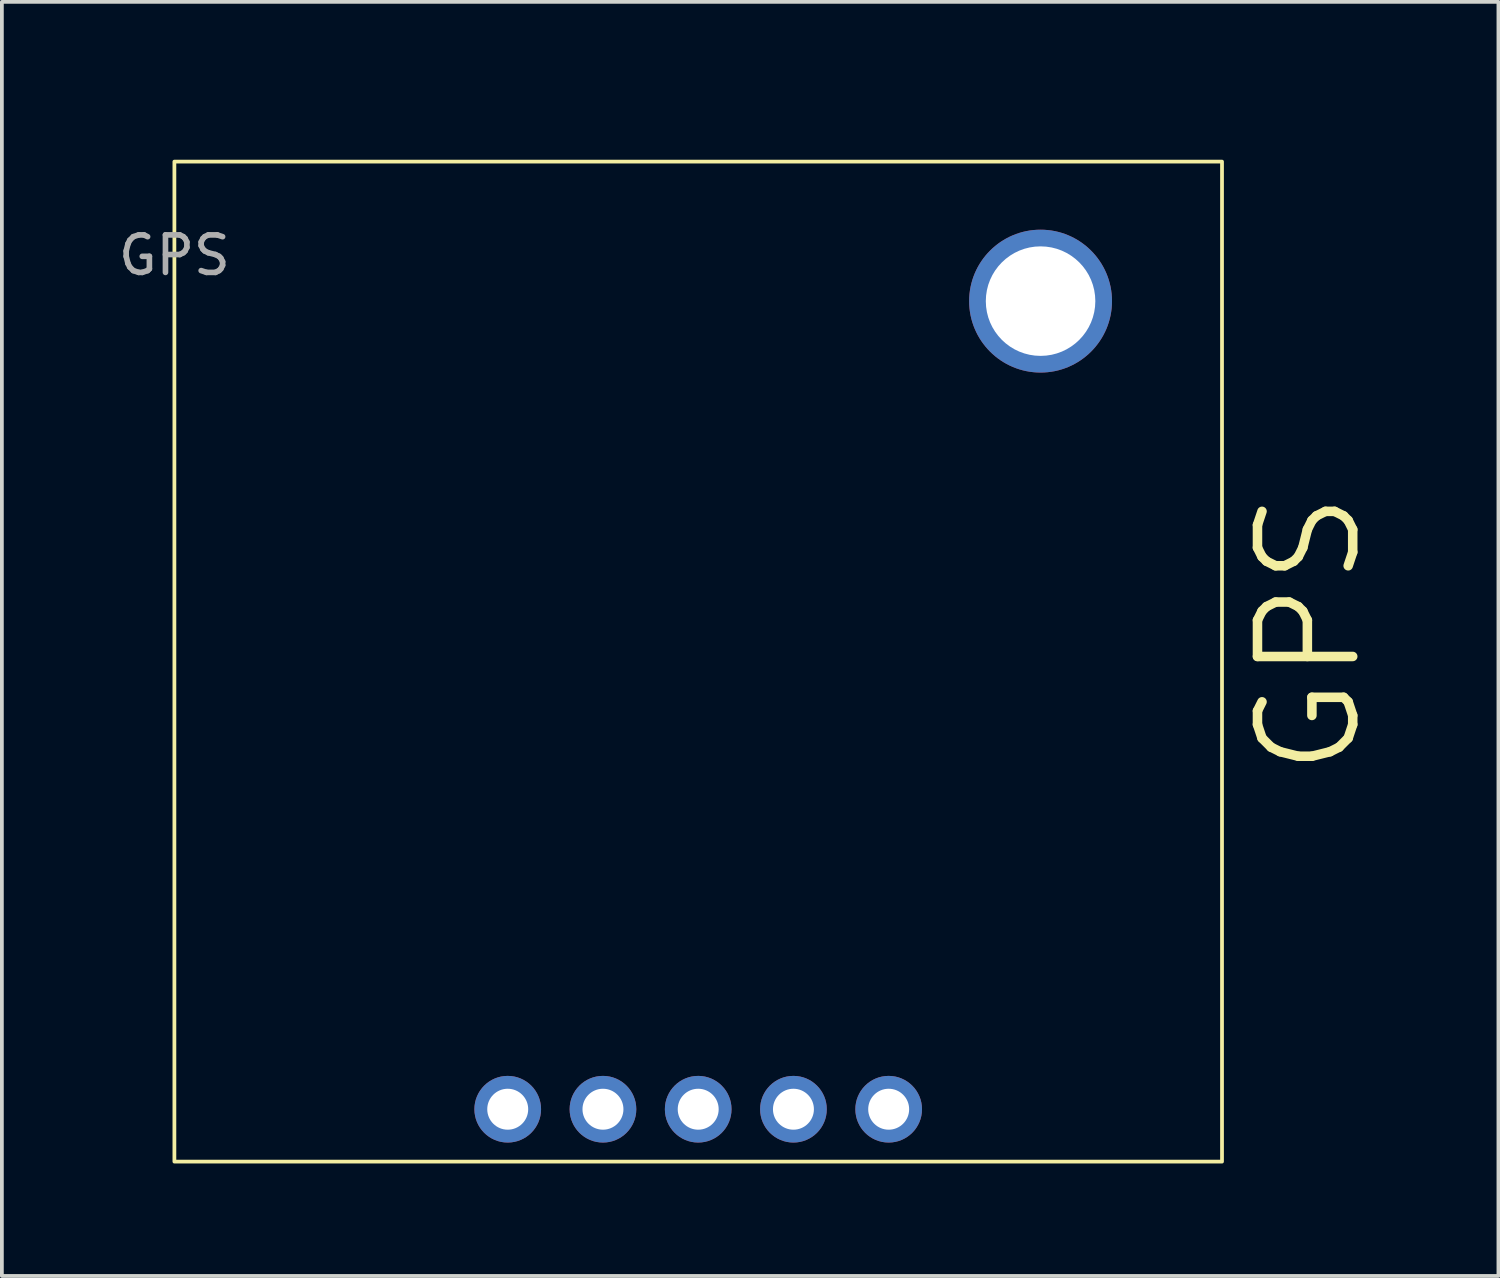
<source format=kicad_pcb>
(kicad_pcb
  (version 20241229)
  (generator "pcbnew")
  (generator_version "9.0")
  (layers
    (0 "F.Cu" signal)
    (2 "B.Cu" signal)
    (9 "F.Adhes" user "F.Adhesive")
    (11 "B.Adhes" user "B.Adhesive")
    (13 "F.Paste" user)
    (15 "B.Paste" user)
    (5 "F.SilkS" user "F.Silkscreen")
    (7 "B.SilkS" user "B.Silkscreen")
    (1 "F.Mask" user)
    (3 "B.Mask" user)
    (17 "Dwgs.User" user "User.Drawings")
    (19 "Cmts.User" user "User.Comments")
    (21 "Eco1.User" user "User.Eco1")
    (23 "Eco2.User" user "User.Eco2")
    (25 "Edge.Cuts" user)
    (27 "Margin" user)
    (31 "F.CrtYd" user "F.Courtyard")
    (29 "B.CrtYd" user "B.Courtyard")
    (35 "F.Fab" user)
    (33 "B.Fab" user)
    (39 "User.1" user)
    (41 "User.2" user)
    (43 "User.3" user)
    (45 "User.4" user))
  (footprint "GPS"
    (layer "F.Cu")
    (at 1.601 1.26)
    (property "Reference" "GPS" (at 0 -0.5 0) (unlocked yes) (layer "User.1") (effects (font (size 1 1) (thickness 0.1))))
    (attr through_hole)
    (fp_rect (start 0 0) (end 27.94 26.67) (stroke (width 0.1) (type default)) (fill no) (layer "F.SilkS"))
    (fp_text user "GPS" (at 31.75 16.51 90) (unlocked yes) (layer "F.SilkS") (effects (font (size 2.54 2.54) (thickness 0.254)) (justify left bottom)))
    (fp_text user "${REFERENCE}" (at 0 2.5 0) (unlocked yes) (layer "F.Fab") (effects (font (size 1 1) (thickness 0.15))))
    (pad "1" thru_hole circle (at 8.89 25.273) (size 1.778 1.778) (drill 1.092) (layers "*.Cu" "*.Mask"))
    (pad "2" thru_hole circle (at 11.43 25.273) (size 1.778 1.778) (drill 1.092) (layers "*.Cu" "*.Mask"))
    (pad "3" thru_hole circle (at 13.97 25.273) (size 1.778 1.778) (drill 1.092) (layers "*.Cu" "*.Mask"))
    (pad "4" thru_hole circle (at 16.51 25.273) (size 1.778 1.778) (drill 1.092) (layers "*.Cu" "*.Mask"))
    (pad "5" thru_hole circle (at 19.05 25.273) (size 1.778 1.778) (drill 1.092) (layers "*.Cu" "*.Mask"))
    (pad "6" thru_hole circle (at 23.101 3.721) (size 3.81 3.81) (drill 2.921) (layers "*.Cu" "*.Mask")))
  (gr_rect
    (start -3 -3)
    (end 36.913 30.98)
    (stroke (width 0.1) (type default))
    (fill no)
    (layer "Edge.Cuts")))
</source>
